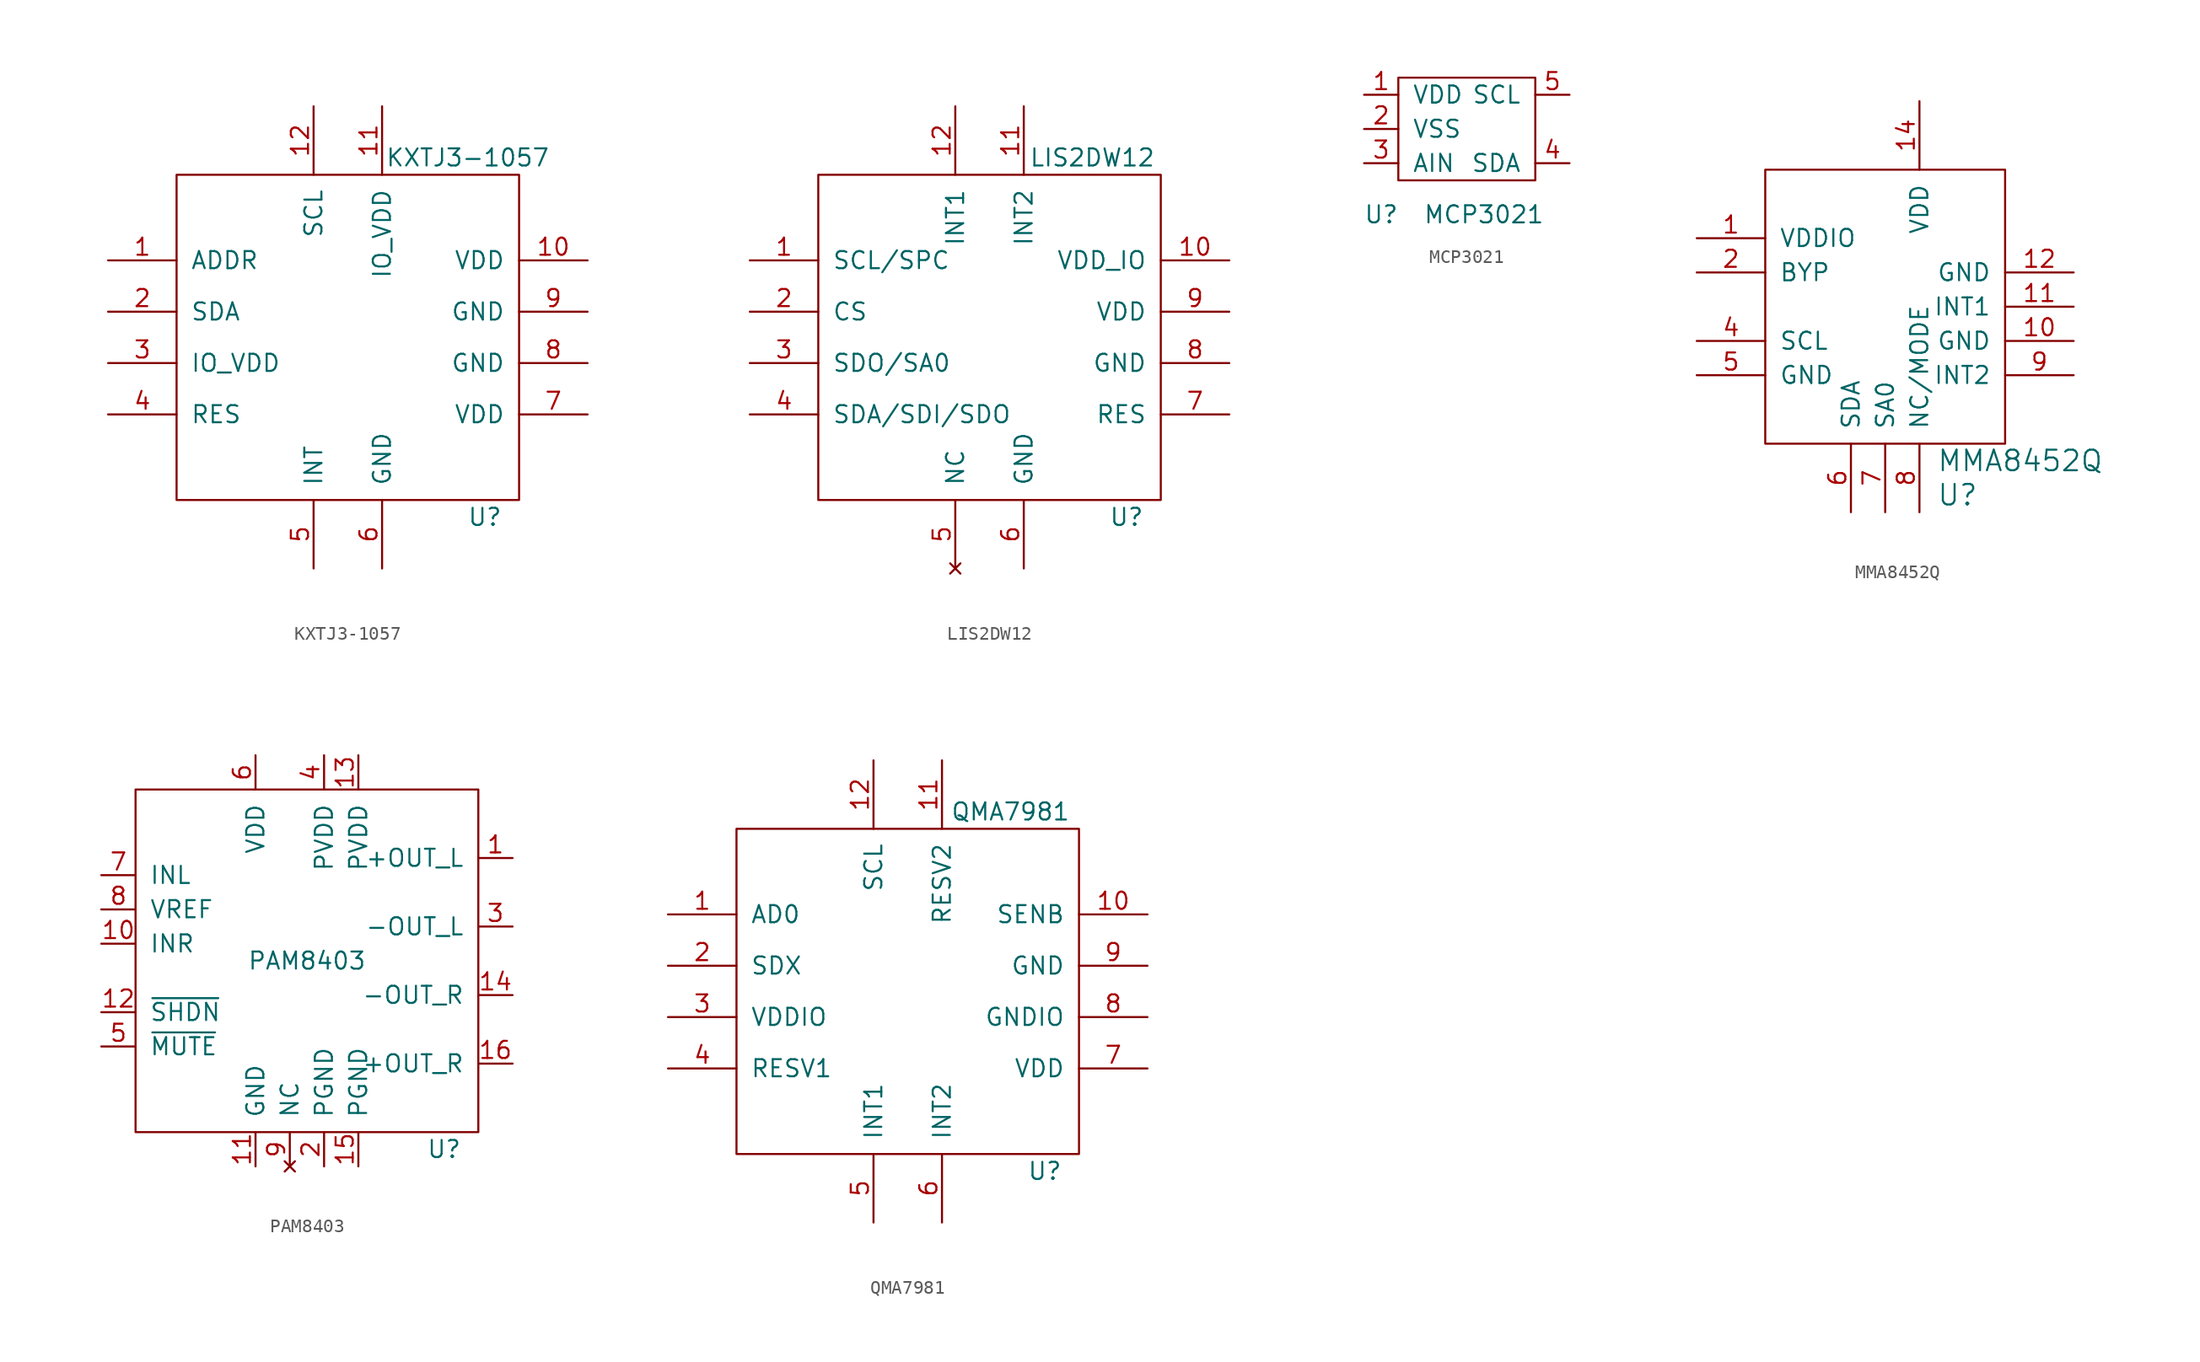
<source format=kicad_sym>
(kicad_symbol_lib
  (version 20231120)
  (generator "kicad_symbol_editor")
  (generator_version "8.0")
  (symbol "KXTJ3-1057"
    (pin_names
      (offset 1.016))
    (property "Reference" "U"
      (at 10.16 -12.7 0)
      (effects (font (size 1.27 1.27))))
    (property "Value" "KXTJ3-1057"
      (at 8.89 13.97 0)
      (effects (font (size 1.27 1.27))))
    (symbol "KXTJ3-1057_0_1"
      (rectangle (start -12.7 12.7) (end 12.7 -11.43) (stroke (width 0) (type default)) (fill (type none))))
    (symbol "KXTJ3-1057_1_1"
      (pin input line (at -17.78 6.35 0) (length 5.08) (name "ADDR" (effects (font (size 1.27 1.27)))) (number "1" (effects (font (size 1.27 1.27)))))
      (pin power_in line (at 17.78 6.35 180) (length 5.08) (name "VDD" (effects (font (size 1.27 1.27)))) (number "10" (effects (font (size 1.27 1.27)))))
      (pin power_in line (at 2.54 17.78 270) (length 5.08) (name "IO_VDD" (effects (font (size 1.27 1.27)))) (number "11" (effects (font (size 1.27 1.27)))))
      (pin input line (at -2.54 17.78 270) (length 5.08) (name "SCL" (effects (font (size 1.27 1.27)))) (number "12" (effects (font (size 1.27 1.27)))))
      (pin bidirectional line (at -17.78 2.54 0) (length 5.08) (name "SDA" (effects (font (size 1.27 1.27)))) (number "2" (effects (font (size 1.27 1.27)))))
      (pin power_in line (at -17.78 -1.27 0) (length 5.08) (name "IO_VDD" (effects (font (size 1.27 1.27)))) (number "3" (effects (font (size 1.27 1.27)))))
      (pin passive line (at -17.78 -5.08 0) (length 5.08) (name "RES" (effects (font (size 1.27 1.27)))) (number "4" (effects (font (size 1.27 1.27)))))
      (pin output line (at -2.54 -16.51 90) (length 5.08) (name "INT" (effects (font (size 1.27 1.27)))) (number "5" (effects (font (size 1.27 1.27)))))
      (pin power_in line (at 2.54 -16.51 90) (length 5.08) (name "GND" (effects (font (size 1.27 1.27)))) (number "6" (effects (font (size 1.27 1.27)))))
      (pin power_in line (at 17.78 -5.08 180) (length 5.08) (name "VDD" (effects (font (size 1.27 1.27)))) (number "7" (effects (font (size 1.27 1.27)))))
      (pin power_in line (at 17.78 -1.27 180) (length 5.08) (name "GND" (effects (font (size 1.27 1.27)))) (number "8" (effects (font (size 1.27 1.27)))))
      (pin power_in line (at 17.78 2.54 180) (length 5.08) (name "GND" (effects (font (size 1.27 1.27)))) (number "9" (effects (font (size 1.27 1.27)))))))
  (symbol "LIS2DW12"
    (pin_names
      (offset 1.016))
    (property "Reference" "U"
      (at 10.16 -12.7 0)
      (effects (font (size 1.27 1.27))))
    (property "Value" "LIS2DW12"
      (at 7.62 13.97 0)
      (effects (font (size 1.27 1.27))))
    (symbol "LIS2DW12_0_1"
      (rectangle (start -12.7 12.7) (end 12.7 -11.43) (stroke (width 0) (type default)) (fill (type none))))
    (symbol "LIS2DW12_1_1"
      (pin input line (at -17.78 6.35 0) (length 5.08) (name "SCL/SPC" (effects (font (size 1.27 1.27)))) (number "1" (effects (font (size 1.27 1.27)))))
      (pin power_in line (at 17.78 6.35 180) (length 5.08) (name "VDD_IO" (effects (font (size 1.27 1.27)))) (number "10" (effects (font (size 1.27 1.27)))))
      (pin output line (at 2.54 17.78 270) (length 5.08) (name "INT2" (effects (font (size 1.27 1.27)))) (number "11" (effects (font (size 1.27 1.27)))))
      (pin output line (at -2.54 17.78 270) (length 5.08) (name "INT1" (effects (font (size 1.27 1.27)))) (number "12" (effects (font (size 1.27 1.27)))))
      (pin input line (at -17.78 2.54 0) (length 5.08) (name "CS" (effects (font (size 1.27 1.27)))) (number "2" (effects (font (size 1.27 1.27)))))
      (pin bidirectional line (at -17.78 -1.27 0) (length 5.08) (name "SDO/SA0" (effects (font (size 1.27 1.27)))) (number "3" (effects (font (size 1.27 1.27)))))
      (pin bidirectional line (at -17.78 -5.08 0) (length 5.08) (name "SDA/SDI/SDO" (effects (font (size 1.27 1.27)))) (number "4" (effects (font (size 1.27 1.27)))))
      (pin no_connect line (at -2.54 -16.51 90) (length 5.08) (name "NC" (effects (font (size 1.27 1.27)))) (number "5" (effects (font (size 1.27 1.27)))))
      (pin power_in line (at 2.54 -16.51 90) (length 5.08) (name "GND" (effects (font (size 1.27 1.27)))) (number "6" (effects (font (size 1.27 1.27)))))
      (pin input line (at 17.78 -5.08 180) (length 5.08) (name "RES" (effects (font (size 1.27 1.27)))) (number "7" (effects (font (size 1.27 1.27)))))
      (pin power_in line (at 17.78 -1.27 180) (length 5.08) (name "GND" (effects (font (size 1.27 1.27)))) (number "8" (effects (font (size 1.27 1.27)))))
      (pin power_in line (at 17.78 2.54 180) (length 5.08) (name "VDD" (effects (font (size 1.27 1.27)))) (number "9" (effects (font (size 1.27 1.27)))))))
  (symbol "MCP3021"
    (pin_names
      (offset 1.016))
    (property "Reference" "U"
      (at -6.35 -6.35 0)
      (effects (font (size 1.27 1.27))))
    (property "Value" "MCP3021"
      (at 1.27 -6.35 0)
      (effects (font (size 1.27 1.27))))
    (symbol "MCP3021_0_1"
      (rectangle (start -5.08 3.81) (end 5.08 -3.81) (stroke (width 0) (type default)) (fill (type none))))
    (symbol "MCP3021_1_1"
      (pin power_in line (at -7.62 2.54 0) (length 2.54) (name "VDD" (effects (font (size 1.27 1.27)))) (number "1" (effects (font (size 1.27 1.27)))))
      (pin power_in line (at -7.62 0 0) (length 2.54) (name "VSS" (effects (font (size 1.27 1.27)))) (number "2" (effects (font (size 1.27 1.27)))))
      (pin passive line (at -7.62 -2.54 0) (length 2.54) (name "AIN" (effects (font (size 1.27 1.27)))) (number "3" (effects (font (size 1.27 1.27)))))
      (pin bidirectional line (at 7.62 -2.54 180) (length 2.54) (name "SDA" (effects (font (size 1.27 1.27)))) (number "4" (effects (font (size 1.27 1.27)))))
      (pin input line (at 7.62 2.54 180) (length 2.54) (name "SCL" (effects (font (size 1.27 1.27)))) (number "5" (effects (font (size 1.27 1.27)))))))
  (symbol "MMA8452Q"
    (pin_names
      (offset 1.016))
    (property "Reference" "U"
      (at -1.27 -6.35 0)
      (effects (font (size 1.524 1.524)) (justify left)))
    (property "Value" "MMA8452Q"
      (at -1.27 -3.81 0)
      (effects (font (size 1.524 1.524)) (justify left)))
    (property "Footprint" ""
      (at 0 0 0)
      (effects (font (size 1.524 1.524))))
    (property "Datasheet" ""
      (at 0 0 0)
      (effects (font (size 1.524 1.524))))
    (symbol "MMA8452Q_0_1"
      (rectangle (start -13.97 17.78) (end 3.81 -2.54) (stroke (width 0) (type default)) (fill (type none))))
    (symbol "MMA8452Q_1_1"
      (pin power_in line (at -19.05 12.7 0) (length 5.08) (name "VDDIO" (effects (font (size 1.27 1.27)))) (number "1" (effects (font (size 1.27 1.27)))))
      (pin power_in line (at 8.89 5.08 180) (length 5.08) (name "GND" (effects (font (size 1.27 1.27)))) (number "10" (effects (font (size 1.27 1.27)))))
      (pin output line (at 8.89 7.62 180) (length 5.08) (name "INT1" (effects (font (size 1.27 1.27)))) (number "11" (effects (font (size 1.27 1.27)))))
      (pin power_in line (at 8.89 10.16 180) (length 5.08) (name "GND" (effects (font (size 1.27 1.27)))) (number "12" (effects (font (size 1.27 1.27)))))
      (pin no_connect line (at 8.89 12.7 180) (length 5.08) hide (name "NC" (effects (font (size 1.27 1.27)))) (number "13" (effects (font (size 1.27 1.27)))))
      (pin power_in line (at -2.54 22.86 270) (length 5.08) (name "VDD" (effects (font (size 1.27 1.27)))) (number "14" (effects (font (size 1.27 1.27)))))
      (pin no_connect line (at -5.08 22.86 270) (length 5.08) hide (name "NC" (effects (font (size 1.27 1.27)))) (number "15" (effects (font (size 1.27 1.27)))))
      (pin no_connect line (at -7.62 22.86 270) (length 5.08) hide (name "NC" (effects (font (size 1.27 1.27)))) (number "16" (effects (font (size 1.27 1.27)))))
      (pin input line (at -19.05 10.16 0) (length 5.08) (name "BYP" (effects (font (size 1.27 1.27)))) (number "2" (effects (font (size 1.27 1.27)))))
      (pin no_connect line (at -19.05 7.62 0) (length 5.08) hide (name "NC" (effects (font (size 1.27 1.27)))) (number "3" (effects (font (size 1.27 1.27)))))
      (pin open_collector line (at -19.05 5.08 0) (length 5.08) (name "SCL" (effects (font (size 1.27 1.27)))) (number "4" (effects (font (size 1.27 1.27)))))
      (pin power_in line (at -19.05 2.54 0) (length 5.08) (name "GND" (effects (font (size 1.27 1.27)))) (number "5" (effects (font (size 1.27 1.27)))))
      (pin open_collector line (at -7.62 -7.62 90) (length 5.08) (name "SDA" (effects (font (size 1.27 1.27)))) (number "6" (effects (font (size 1.27 1.27)))))
      (pin input line (at -5.08 -7.62 90) (length 5.08) (name "SA0" (effects (font (size 1.27 1.27)))) (number "7" (effects (font (size 1.27 1.27)))))
      (pin input line (at -2.54 -7.62 90) (length 5.08) (name "NC/MODE" (effects (font (size 1.27 1.27)))) (number "8" (effects (font (size 1.27 1.27)))))
      (pin output line (at 8.89 2.54 180) (length 5.08) (name "INT2" (effects (font (size 1.27 1.27)))) (number "9" (effects (font (size 1.27 1.27)))))))
  (symbol "PAM8403"
    (pin_names
      (offset 1.016))
    (property "Reference" "U"
      (at 10.16 -13.97 0)
      (effects (font (size 1.27 1.27))))
    (property "Value" "PAM8403"
      (at 0 0 0)
      (effects (font (size 1.27 1.27))))
    (symbol "PAM8403_0_1"
      (rectangle (start 12.7 12.7) (end -12.7 -12.7) (stroke (width 0) (type default)) (fill (type none))))
    (symbol "PAM8403_1_1"
      (pin output line (at 15.24 7.62 180) (length 2.54) (name "+OUT_L" (effects (font (size 1.27 1.27)))) (number "1" (effects (font (size 1.27 1.27)))))
      (pin passive line (at -15.24 1.27 0) (length 2.54) (name "INR" (effects (font (size 1.27 1.27)))) (number "10" (effects (font (size 1.27 1.27)))))
      (pin power_in line (at -3.81 -15.24 90) (length 2.54) (name "GND" (effects (font (size 1.27 1.27)))) (number "11" (effects (font (size 1.27 1.27)))))
      (pin input line (at -15.24 -3.81 0) (length 2.54) (name "~{SHDN}" (effects (font (size 1.27 1.27)))) (number "12" (effects (font (size 1.27 1.27)))))
      (pin power_in line (at 3.81 15.24 270) (length 2.54) (name "PVDD" (effects (font (size 1.27 1.27)))) (number "13" (effects (font (size 1.27 1.27)))))
      (pin output line (at 15.24 -2.54 180) (length 2.54) (name "-OUT_R" (effects (font (size 1.27 1.27)))) (number "14" (effects (font (size 1.27 1.27)))))
      (pin power_in line (at 3.81 -15.24 90) (length 2.54) (name "PGND" (effects (font (size 1.27 1.27)))) (number "15" (effects (font (size 1.27 1.27)))))
      (pin output line (at 15.24 -7.62 180) (length 2.54) (name "+OUT_R" (effects (font (size 1.27 1.27)))) (number "16" (effects (font (size 1.27 1.27)))))
      (pin power_in line (at 1.27 -15.24 90) (length 2.54) (name "PGND" (effects (font (size 1.27 1.27)))) (number "2" (effects (font (size 1.27 1.27)))))
      (pin output line (at 15.24 2.54 180) (length 2.54) (name "-OUT_L" (effects (font (size 1.27 1.27)))) (number "3" (effects (font (size 1.27 1.27)))))
      (pin power_in line (at 1.27 15.24 270) (length 2.54) (name "PVDD" (effects (font (size 1.27 1.27)))) (number "4" (effects (font (size 1.27 1.27)))))
      (pin input line (at -15.24 -6.35 0) (length 2.54) (name "~{MUTE}" (effects (font (size 1.27 1.27)))) (number "5" (effects (font (size 1.27 1.27)))))
      (pin power_in line (at -3.81 15.24 270) (length 2.54) (name "VDD" (effects (font (size 1.27 1.27)))) (number "6" (effects (font (size 1.27 1.27)))))
      (pin passive line (at -15.24 6.35 0) (length 2.54) (name "INL" (effects (font (size 1.27 1.27)))) (number "7" (effects (font (size 1.27 1.27)))))
      (pin passive line (at -15.24 3.81 0) (length 2.54) (name "VREF" (effects (font (size 1.27 1.27)))) (number "8" (effects (font (size 1.27 1.27)))))
      (pin no_connect line (at -1.27 -15.24 90) (length 2.54) (name "NC" (effects (font (size 1.27 1.27)))) (number "9" (effects (font (size 1.27 1.27)))))))
  (symbol "QMA7981"
    (pin_names
      (offset 1.016))
    (property "Reference" "U"
      (at 10.16 -12.7 0)
      (effects (font (size 1.27 1.27))))
    (property "Value" "QMA7981"
      (at 7.62 13.97 0)
      (effects (font (size 1.27 1.27))))
    (symbol "QMA7981_0_1"
      (rectangle (start -12.7 12.7) (end 12.7 -11.43) (stroke (width 0) (type default)) (fill (type none))))
    (symbol "QMA7981_1_1"
      (pin input line (at -17.78 6.35 0) (length 5.08) (name "AD0" (effects (font (size 1.27 1.27)))) (number "1" (effects (font (size 1.27 1.27)))))
      (pin bidirectional line (at 17.78 6.35 180) (length 5.08) (name "SENB" (effects (font (size 1.27 1.27)))) (number "10" (effects (font (size 1.27 1.27)))))
      (pin bidirectional line (at 2.54 17.78 270) (length 5.08) (name "RESV2" (effects (font (size 1.27 1.27)))) (number "11" (effects (font (size 1.27 1.27)))))
      (pin input line (at -2.54 17.78 270) (length 5.08) (name "SCL" (effects (font (size 1.27 1.27)))) (number "12" (effects (font (size 1.27 1.27)))))
      (pin bidirectional line (at -17.78 2.54 0) (length 5.08) (name "SDX" (effects (font (size 1.27 1.27)))) (number "2" (effects (font (size 1.27 1.27)))))
      (pin power_in line (at -17.78 -1.27 0) (length 5.08) (name "VDDIO" (effects (font (size 1.27 1.27)))) (number "3" (effects (font (size 1.27 1.27)))))
      (pin input line (at -17.78 -5.08 0) (length 5.08) (name "RESV1" (effects (font (size 1.27 1.27)))) (number "4" (effects (font (size 1.27 1.27)))))
      (pin output line (at -2.54 -16.51 90) (length 5.08) (name "INT1" (effects (font (size 1.27 1.27)))) (number "5" (effects (font (size 1.27 1.27)))))
      (pin output line (at 2.54 -16.51 90) (length 5.08) (name "INT2" (effects (font (size 1.27 1.27)))) (number "6" (effects (font (size 1.27 1.27)))))
      (pin power_in line (at 17.78 -5.08 180) (length 5.08) (name "VDD" (effects (font (size 1.27 1.27)))) (number "7" (effects (font (size 1.27 1.27)))))
      (pin power_in line (at 17.78 -1.27 180) (length 5.08) (name "GNDIO" (effects (font (size 1.27 1.27)))) (number "8" (effects (font (size 1.27 1.27)))))
      (pin power_in line (at 17.78 2.54 180) (length 5.08) (name "GND" (effects (font (size 1.27 1.27)))) (number "9" (effects (font (size 1.27 1.27))))))))
</source>
